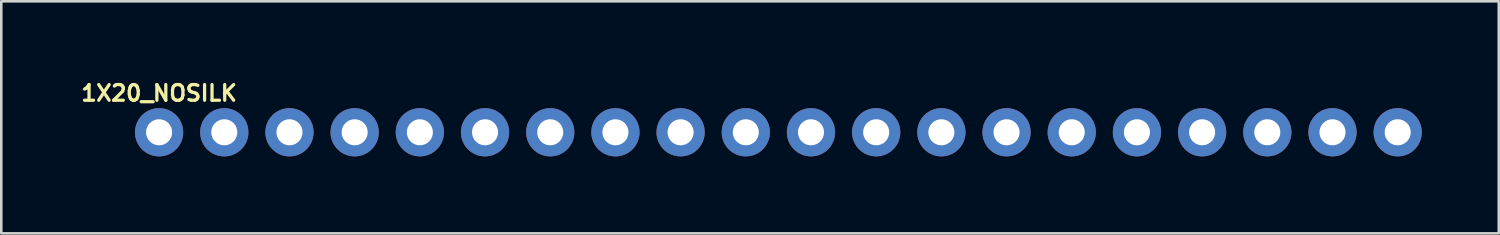
<source format=kicad_pcb>
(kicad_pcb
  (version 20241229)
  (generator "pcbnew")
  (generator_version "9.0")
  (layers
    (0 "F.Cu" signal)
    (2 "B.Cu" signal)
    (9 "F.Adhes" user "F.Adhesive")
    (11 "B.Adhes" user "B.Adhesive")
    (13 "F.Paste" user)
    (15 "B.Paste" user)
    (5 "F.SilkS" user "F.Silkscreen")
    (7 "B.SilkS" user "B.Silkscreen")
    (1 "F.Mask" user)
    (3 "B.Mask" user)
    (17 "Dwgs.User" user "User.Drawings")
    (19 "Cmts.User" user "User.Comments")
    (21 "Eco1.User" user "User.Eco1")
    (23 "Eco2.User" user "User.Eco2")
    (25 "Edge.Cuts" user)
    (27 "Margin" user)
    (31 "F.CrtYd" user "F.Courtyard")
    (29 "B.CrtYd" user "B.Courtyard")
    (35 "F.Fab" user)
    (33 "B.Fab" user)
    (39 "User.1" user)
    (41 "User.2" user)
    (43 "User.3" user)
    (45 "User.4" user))
  (footprint "1X20_NOSILK"
    (layer "F.Cu")
    (at 3.149 2.104)
    (property "Reference" "1X20_NOSILK" (at 0 -1.524 0) (layer "F.SilkS") (effects (font (size 0.61 0.61) (thickness 0.127))))
    (attr exclude_from_pos_files exclude_from_bom)
    (pad "1" thru_hole circle (at 0 0) (size 1.88 1.88) (drill 1.016) (layers "*.Cu" "*.Paste" "*.Mask"))
    (pad "2" thru_hole circle (at 2.54 0) (size 1.88 1.88) (drill 1.016) (layers "*.Cu" "*.Paste" "*.Mask"))
    (pad "3" thru_hole circle (at 5.08 0) (size 1.88 1.88) (drill 1.016) (layers "*.Cu" "*.Paste" "*.Mask"))
    (pad "4" thru_hole circle (at 7.62 0) (size 1.88 1.88) (drill 1.016) (layers "*.Cu" "*.Paste" "*.Mask"))
    (pad "5" thru_hole circle (at 10.16 0) (size 1.88 1.88) (drill 1.016) (layers "*.Cu" "*.Paste" "*.Mask"))
    (pad "6" thru_hole circle (at 12.7 0) (size 1.88 1.88) (drill 1.016) (layers "*.Cu" "*.Paste" "*.Mask"))
    (pad "7" thru_hole circle (at 15.24 0) (size 1.88 1.88) (drill 1.016) (layers "*.Cu" "*.Paste" "*.Mask"))
    (pad "8" thru_hole circle (at 17.78 0) (size 1.88 1.88) (drill 1.016) (layers "*.Cu" "*.Paste" "*.Mask"))
    (pad "9" thru_hole circle (at 20.32 0) (size 1.88 1.88) (drill 1.016) (layers "*.Cu" "*.Paste" "*.Mask"))
    (pad "10" thru_hole circle (at 22.86 0) (size 1.88 1.88) (drill 1.016) (layers "*.Cu" "*.Paste" "*.Mask"))
    (pad "11" thru_hole circle (at 25.4 0) (size 1.88 1.88) (drill 1.016) (layers "*.Cu" "*.Paste" "*.Mask"))
    (pad "12" thru_hole circle (at 27.94 0) (size 1.88 1.88) (drill 1.016) (layers "*.Cu" "*.Paste" "*.Mask"))
    (pad "13" thru_hole circle (at 30.48 0) (size 1.88 1.88) (drill 1.016) (layers "*.Cu" "*.Paste" "*.Mask"))
    (pad "14" thru_hole circle (at 33.02 0) (size 1.88 1.88) (drill 1.016) (layers "*.Cu" "*.Paste" "*.Mask"))
    (pad "15" thru_hole circle (at 35.56 0) (size 1.88 1.88) (drill 1.016) (layers "*.Cu" "*.Paste" "*.Mask"))
    (pad "16" thru_hole circle (at 38.1 0) (size 1.88 1.88) (drill 1.016) (layers "*.Cu" "*.Paste" "*.Mask"))
    (pad "17" thru_hole circle (at 40.64 0) (size 1.88 1.88) (drill 1.016) (layers "*.Cu" "*.Paste" "*.Mask"))
    (pad "18" thru_hole circle (at 43.18 0) (size 1.88 1.88) (drill 1.016) (layers "*.Cu" "*.Paste" "*.Mask"))
    (pad "19" thru_hole circle (at 45.72 0) (size 1.88 1.88) (drill 1.016) (layers "*.Cu" "*.Paste" "*.Mask"))
    (pad "20" thru_hole circle (at 48.26 0) (size 1.88 1.88) (drill 1.016) (layers "*.Cu" "*.Paste" "*.Mask")))
  (gr_rect
    (start -3 -3)
    (end 55.348 6.043)
    (stroke (width 0.1) (type default))
    (fill no)
    (layer "Edge.Cuts")))
</source>
